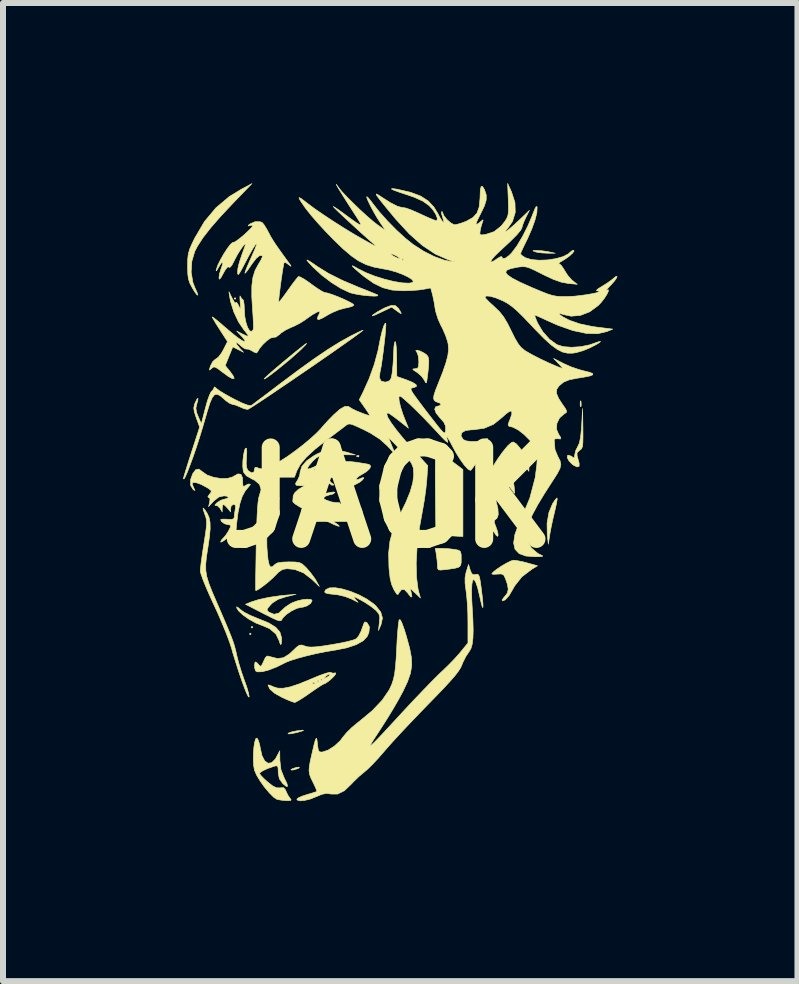
<source format=kicad_pcb>
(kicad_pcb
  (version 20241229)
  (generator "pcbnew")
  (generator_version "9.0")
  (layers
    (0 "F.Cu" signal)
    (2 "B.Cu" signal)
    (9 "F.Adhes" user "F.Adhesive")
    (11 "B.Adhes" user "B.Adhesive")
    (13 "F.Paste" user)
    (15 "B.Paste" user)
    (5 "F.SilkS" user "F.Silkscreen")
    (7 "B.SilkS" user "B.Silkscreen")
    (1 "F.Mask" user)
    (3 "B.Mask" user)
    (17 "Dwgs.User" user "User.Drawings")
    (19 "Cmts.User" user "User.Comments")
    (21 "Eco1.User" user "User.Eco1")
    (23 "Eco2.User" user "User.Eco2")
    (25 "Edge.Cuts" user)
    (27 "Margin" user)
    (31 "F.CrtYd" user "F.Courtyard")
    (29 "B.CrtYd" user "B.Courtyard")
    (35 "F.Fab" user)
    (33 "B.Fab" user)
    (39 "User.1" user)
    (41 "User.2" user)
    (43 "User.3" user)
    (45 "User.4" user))
  (footprint "JACK"
    (layer "F.Cu")
    (at 3.419 5.238)
    (property "Reference" "JACK" (at 0 0 0) (layer "F.SilkS") (effects (font (size 1.524 1.524) (thickness 0.3))))
    (attr through_hole)
    (fp_poly (pts (xy -2.54 -3.316) (xy -2.554 -3.302) (xy -2.568 -3.316) (xy -2.554 -3.33) (xy -2.54 -3.316)) (stroke (width 0.01) (type solid)) (fill yes) (layer "F.SilkS"))
    (fp_poly (pts (xy -2.286 2.272) (xy -2.3 2.286) (xy -2.314 2.272) (xy -2.3 2.258) (xy -2.286 2.272)) (stroke (width 0.01) (type solid)) (fill yes) (layer "F.SilkS"))
    (fp_poly (pts (xy -2.258 2.159) (xy -2.272 2.173) (xy -2.286 2.159) (xy -2.272 2.145) (xy -2.258 2.159)) (stroke (width 0.01) (type solid)) (fill yes) (layer "F.SilkS"))
    (fp_poly (pts (xy -0.489 -0.696) (xy -0.493 -0.679) (xy -0.508 -0.677) (xy -0.531 -0.688) (xy -0.527 -0.696) (xy -0.493 -0.7) (xy -0.489 -0.696)) (stroke (width 0.01) (type solid)) (fill yes) (layer "F.SilkS"))
    (fp_poly (pts (xy -1.48 4.499) (xy -1.51 4.516) (xy -1.576 4.536) (xy -1.609 4.54) (xy -1.624 4.533) (xy -1.595 4.516) (xy -1.529 4.495) (xy -1.496 4.491) (xy -1.48 4.499)) (stroke (width 0.01) (type solid)) (fill yes) (layer "F.SilkS"))
    (fp_poly (pts (xy 3.207 -1.606) (xy 3.209 -1.601) (xy 3.213 -1.54) (xy 3.208 -1.516) (xy 3.198 -1.515) (xy 3.195 -1.56) (xy 3.195 -1.566) (xy 3.199 -1.61) (xy 3.207 -1.606)) (stroke (width 0.01) (type solid)) (fill yes) (layer "F.SilkS"))
    (fp_poly (pts (xy -1.413 3.879) (xy -1.439 3.89) (xy -1.518 3.913) (xy -1.593 3.929) (xy -1.648 3.937) (xy -1.672 3.934) (xy -1.662 3.923) (xy -1.607 3.903) (xy -1.523 3.886) (xy -1.493 3.882) (xy -1.426 3.875) (xy -1.413 3.879)) (stroke (width 0.01) (type solid)) (fill yes) (layer "F.SilkS"))
    (fp_poly (pts (xy 2.555 -4.111) (xy 2.653 -4.097) (xy 2.667 -4.094) (xy 2.78 -4.07) (xy 2.653 -4.07) (xy 2.557 -4.075) (xy 2.473 -4.087) (xy 2.455 -4.092) (xy 2.41 -4.108) (xy 2.415 -4.114) (xy 2.469 -4.116) (xy 2.555 -4.111)) (stroke (width 0.01) (type solid)) (fill yes) (layer "F.SilkS"))
    (fp_poly (pts (xy 0.115 -3.198) (xy 0.167 -3.153) (xy 0.201 -3.097) (xy 0.215 -3.066) (xy 0.2 -3.068) (xy 0.15 -3.103) (xy 0.143 -3.108) (xy 0.055 -3.172) (xy -0.135 -3.081) (xy -0.223 -3.04) (xy -0.267 -3.026) (xy -0.263 -3.037) (xy -0.254 -3.045) (xy -0.186 -3.091) (xy -0.094 -3.142) (xy -0.05 -3.164) (xy 0.047 -3.2) (xy 0.115 -3.198)) (stroke (width 0.01) (type solid)) (fill yes) (layer "F.SilkS"))
    (fp_poly (pts (xy 2.811 0.039) (xy 2.798 0.111) (xy 2.776 0.21) (xy 2.768 0.243) (xy 2.737 0.374) (xy 2.709 0.508) (xy 2.689 0.616) (xy 2.689 0.621) (xy 2.665 0.776) (xy 2.647 0.619) (xy 2.644 0.428) (xy 2.675 0.249) (xy 2.737 0.1) (xy 2.741 0.094) (xy 2.78 0.036) (xy 2.808 0.008) (xy 2.812 0.008) (xy 2.811 0.039)) (stroke (width 0.01) (type solid)) (fill yes) (layer "F.SilkS"))
    (fp_poly (pts (xy 0.81 -0.778) (xy 0.847 -0.756) (xy 0.916 -0.708) (xy 1.005 -0.644) (xy 1.043 -0.616) (xy 1.242 -0.467) (xy 1.242 0.649) (xy 1.15 0.644) (xy 1.063 0.639) (xy 0.957 0.631) (xy 0.925 0.628) (xy 0.792 0.618) (xy 0.784 -0.087) (xy 0.782 -0.314) (xy 0.782 -0.491) (xy 0.784 -0.62) (xy 0.789 -0.708) (xy 0.796 -0.759) (xy 0.806 -0.778) (xy 0.81 -0.778)) (stroke (width 0.01) (type solid)) (fill yes) (layer "F.SilkS"))
    (fp_poly (pts (xy -1.389 -2.533) (xy -1.447 -2.475) (xy -1.479 -2.444) (xy -1.554 -2.377) (xy -1.643 -2.299) (xy -1.74 -2.219) (xy -1.837 -2.14) (xy -1.926 -2.071) (xy -1.999 -2.016) (xy -2.049 -1.982) (xy -2.069 -1.975) (xy -2.062 -1.985) (xy -2.027 -2.02) (xy -1.958 -2.082) (xy -1.865 -2.162) (xy -1.757 -2.253) (xy -1.645 -2.346) (xy -1.539 -2.433) (xy -1.448 -2.505) (xy -1.383 -2.555) (xy -1.369 -2.565) (xy -1.361 -2.565) (xy -1.389 -2.533)) (stroke (width 0.01) (type solid)) (fill yes) (layer "F.SilkS"))
    (fp_poly (pts (xy 0.892 0.847) (xy 0.999 0.852) (xy 1.105 0.864) (xy 1.108 0.865) (xy 1.171 0.878) (xy 1.202 0.901) (xy 1.213 0.95) (xy 1.214 1.019) (xy 1.213 1.088) (xy 1.203 1.132) (xy 1.174 1.159) (xy 1.115 1.177) (xy 1.015 1.192) (xy 0.953 1.2) (xy 0.872 1.208) (xy 0.833 1.203) (xy 0.819 1.175) (xy 0.818 1.138) (xy 0.813 1.054) (xy 0.801 0.959) (xy 0.8 0.953) (xy 0.783 0.847) (xy 0.892 0.847)) (stroke (width 0.01) (type solid)) (fill yes) (layer "F.SilkS"))
    (fp_poly (pts (xy -2.496 1.838) (xy -2.464 1.867) (xy -2.4 1.912) (xy -2.3 1.963) (xy -2.185 2.011) (xy -2.159 2.021) (xy -1.991 2.09) (xy -1.875 2.162) (xy -1.806 2.242) (xy -1.779 2.335) (xy -1.778 2.354) (xy -1.782 2.43) (xy -1.792 2.452) (xy -1.809 2.418) (xy -1.817 2.389) (xy -1.874 2.272) (xy -1.979 2.183) (xy -2.098 2.133) (xy -2.205 2.091) (xy -2.317 2.03) (xy -2.418 1.959) (xy -2.493 1.89) (xy -2.524 1.843) (xy -2.526 1.82) (xy -2.496 1.838)) (stroke (width 0.01) (type solid)) (fill yes) (layer "F.SilkS"))
    (fp_poly (pts (xy -1.343 -3.955) (xy -1.288 -3.921) (xy -1.189 -3.853) (xy -1.185 -3.85) (xy -1 -3.735) (xy -0.767 -3.618) (xy -0.493 -3.502) (xy -0.441 -3.482) (xy -0.33 -3.438) (xy -0.241 -3.402) (xy -0.185 -3.378) (xy -0.173 -3.371) (xy -0.181 -3.359) (xy -0.233 -3.355) (xy -0.313 -3.359) (xy -0.409 -3.368) (xy -0.507 -3.382) (xy -0.594 -3.4) (xy -0.643 -3.414) (xy -0.788 -3.482) (xy -0.95 -3.583) (xy -1.111 -3.706) (xy -1.256 -3.839) (xy -1.27 -3.854) (xy -1.332 -3.921) (xy -1.357 -3.955) (xy -1.343 -3.955)) (stroke (width 0.01) (type solid)) (fill yes) (layer "F.SilkS"))
    (fp_poly (pts (xy 0.533 -2.439) (xy 0.595 -2.407) (xy 0.637 -2.378) (xy 0.662 -2.344) (xy 0.673 -2.291) (xy 0.672 -2.21) (xy 0.66 -2.089) (xy 0.653 -2.033) (xy 0.642 -1.947) (xy 0.633 -1.91) (xy 0.62 -1.916) (xy 0.6 -1.955) (xy 0.552 -2.022) (xy 0.481 -2.083) (xy 0.473 -2.088) (xy 0.418 -2.124) (xy 0.408 -2.141) (xy 0.44 -2.145) (xy 0.445 -2.145) (xy 0.485 -2.152) (xy 0.503 -2.182) (xy 0.508 -2.252) (xy 0.508 -2.266) (xy 0.501 -2.349) (xy 0.482 -2.41) (xy 0.474 -2.421) (xy 0.457 -2.45) (xy 0.481 -2.455) (xy 0.533 -2.439)) (stroke (width 0.01) (type solid)) (fill yes) (layer "F.SilkS"))
    (fp_poly (pts (xy -2.583 -4.908) (xy -2.792 -4.686) (xy -2.959 -4.494) (xy -3.088 -4.329) (xy -3.181 -4.185) (xy -3.225 -4.099) (xy -3.274 -3.934) (xy -3.285 -3.754) (xy -3.256 -3.583) (xy -3.223 -3.498) (xy -3.184 -3.411) (xy -3.174 -3.371) (xy -3.19 -3.379) (xy -3.231 -3.435) (xy -3.264 -3.49) (xy -3.306 -3.569) (xy -3.33 -3.64) (xy -3.341 -3.726) (xy -3.344 -3.847) (xy -3.344 -3.855) (xy -3.342 -3.968) (xy -3.333 -4.054) (xy -3.311 -4.135) (xy -3.27 -4.229) (xy -3.226 -4.32) (xy -3.064 -4.596) (xy -2.873 -4.825) (xy -2.649 -5.014) (xy -2.443 -5.139) (xy -2.272 -5.23) (xy -2.583 -4.908)) (stroke (width 0.01) (type solid)) (fill yes) (layer "F.SilkS"))
    (fp_poly (pts (xy 2.151 1.052) (xy 2.245 1.071) (xy 2.32 1.091) (xy 2.485 1.137) (xy 2.393 1.192) (xy 2.223 1.321) (xy 2.102 1.475) (xy 2.083 1.51) (xy 2.011 1.633) (xy 1.947 1.704) (xy 1.902 1.722) (xy 1.895 1.705) (xy 1.925 1.663) (xy 1.938 1.649) (xy 1.982 1.592) (xy 1.997 1.528) (xy 1.983 1.443) (xy 1.949 1.345) (xy 1.921 1.29) (xy 1.879 1.272) (xy 1.82 1.275) (xy 1.755 1.279) (xy 1.724 1.273) (xy 1.723 1.271) (xy 1.748 1.24) (xy 1.808 1.193) (xy 1.887 1.14) (xy 1.971 1.091) (xy 2.043 1.056) (xy 2.086 1.044) (xy 2.151 1.052)) (stroke (width 0.01) (type solid)) (fill yes) (layer "F.SilkS"))
    (fp_poly (pts (xy 3.241 -1.151) (xy 3.242 -1.009) (xy 3.24 -0.913) (xy 3.234 -0.853) (xy 3.221 -0.818) (xy 3.201 -0.797) (xy 3.187 -0.789) (xy 3.143 -0.745) (xy 3.144 -0.696) (xy 3.166 -0.616) (xy 3.178 -0.572) (xy 3.178 -0.521) (xy 3.144 -0.51) (xy 3.084 -0.539) (xy 3.059 -0.558) (xy 3.008 -0.612) (xy 2.981 -0.664) (xy 2.983 -0.699) (xy 3.001 -0.706) (xy 3.051 -0.687) (xy 3.071 -0.672) (xy 3.096 -0.658) (xy 3.104 -0.692) (xy 3.104 -0.708) (xy 3.121 -0.783) (xy 3.154 -0.847) (xy 3.182 -0.907) (xy 3.202 -1.003) (xy 3.216 -1.143) (xy 3.22 -1.199) (xy 3.236 -1.482) (xy 3.241 -1.151)) (stroke (width 0.01) (type solid)) (fill yes) (layer "F.SilkS"))
    (fp_poly (pts (xy -0.766 1.523) (xy -0.631 1.563) (xy -0.492 1.62) (xy -0.361 1.69) (xy -0.248 1.769) (xy -0.208 1.805) (xy -0.127 1.907) (xy -0.098 2.007) (xy -0.121 2.114) (xy -0.125 2.123) (xy -0.165 2.215) (xy -0.149 2.082) (xy -0.143 1.996) (xy -0.157 1.941) (xy -0.197 1.89) (xy -0.218 1.87) (xy -0.291 1.812) (xy -0.388 1.748) (xy -0.454 1.71) (xy -0.534 1.668) (xy -0.572 1.653) (xy -0.573 1.664) (xy -0.555 1.686) (xy -0.504 1.745) (xy -0.62 1.687) (xy -0.726 1.647) (xy -0.843 1.62) (xy -0.869 1.617) (xy -0.979 1.605) (xy -1.04 1.592) (xy -1.061 1.574) (xy -1.051 1.548) (xy -1.041 1.534) (xy -0.982 1.505) (xy -0.887 1.502) (xy -0.766 1.523)) (stroke (width 0.01) (type solid)) (fill yes) (layer "F.SilkS"))
    (fp_poly (pts (xy -1.707 1.653) (xy -1.838 1.696) (xy -1.931 1.756) (xy -1.958 1.783) (xy -2.007 1.84) (xy -2.021 1.873) (xy -2.003 1.898) (xy -1.988 1.91) (xy -1.903 1.945) (xy -1.823 1.924) (xy -1.775 1.879) (xy -1.716 1.825) (xy -1.632 1.769) (xy -1.6 1.752) (xy -1.516 1.721) (xy -1.425 1.7) (xy -1.344 1.693) (xy -1.287 1.699) (xy -1.27 1.717) (xy -1.294 1.763) (xy -1.353 1.804) (xy -1.426 1.827) (xy -1.447 1.828) (xy -1.522 1.845) (xy -1.613 1.889) (xy -1.699 1.947) (xy -1.759 2.006) (xy -1.772 2.03) (xy -1.785 2.049) (xy -1.809 2.054) (xy -1.854 2.042) (xy -1.928 2.009) (xy -2.039 1.953) (xy -2.085 1.93) (xy -2.379 1.778) (xy -2.283 1.739) (xy -2.157 1.699) (xy -1.992 1.663) (xy -1.804 1.636) (xy -1.707 1.626) (xy -1.538 1.612) (xy -1.707 1.653)) (stroke (width 0.01) (type solid)) (fill yes) (layer "F.SilkS"))
    (fp_poly (pts (xy -0.355 2.086) (xy -0.352 2.089) (xy -0.314 2.155) (xy -0.324 2.247) (xy -0.351 2.312) (xy -0.418 2.385) (xy -0.534 2.45) (xy -0.692 2.503) (xy -0.884 2.541) (xy -0.892 2.542) (xy -1.04 2.567) (xy -1.201 2.599) (xy -1.362 2.637) (xy -1.51 2.677) (xy -1.631 2.715) (xy -1.711 2.747) (xy -1.714 2.749) (xy -1.857 2.82) (xy -1.989 2.872) (xy -2.099 2.901) (xy -2.178 2.904) (xy -2.208 2.891) (xy -2.224 2.852) (xy -2.229 2.796) (xy -2.223 2.75) (xy -2.212 2.738) (xy -2.182 2.758) (xy -2.158 2.786) (xy -2.133 2.811) (xy -2.112 2.799) (xy -2.084 2.743) (xy -2.079 2.73) (xy -2.047 2.664) (xy -2.018 2.64) (xy -1.974 2.648) (xy -1.961 2.653) (xy -1.846 2.682) (xy -1.747 2.668) (xy -1.65 2.607) (xy -1.599 2.56) (xy -1.53 2.494) (xy -1.484 2.461) (xy -1.444 2.456) (xy -1.395 2.472) (xy -1.393 2.473) (xy -1.347 2.487) (xy -1.289 2.491) (xy -1.207 2.487) (xy -1.09 2.473) (xy -0.943 2.45) (xy -0.802 2.425) (xy -0.679 2.399) (xy -0.586 2.374) (xy -0.535 2.353) (xy -0.532 2.351) (xy -0.493 2.304) (xy -0.455 2.229) (xy -0.413 2.112) (xy -0.412 2.106) (xy -0.39 2.071) (xy -0.355 2.086)) (stroke (width 0.01) (type solid)) (fill yes) (layer "F.SilkS"))
    (fp_poly (pts (xy -2.187 4.008) (xy -2.163 4.051) (xy -2.141 4.129) (xy -2.134 4.171) (xy -2.105 4.3) (xy -2.06 4.386) (xy -2.004 4.426) (xy -1.944 4.417) (xy -1.883 4.357) (xy -1.865 4.325) (xy -1.809 4.219) (xy -1.807 4.377) (xy -1.789 4.533) (xy -1.735 4.67) (xy -1.69 4.762) (xy -1.678 4.81) (xy -1.699 4.813) (xy -1.751 4.771) (xy -1.762 4.76) (xy -1.816 4.684) (xy -1.834 4.589) (xy -1.834 4.571) (xy -1.837 4.499) (xy -1.851 4.47) (xy -1.885 4.471) (xy -1.898 4.475) (xy -2.009 4.513) (xy -2.093 4.552) (xy -2.14 4.585) (xy -2.145 4.597) (xy -2.125 4.628) (xy -2.073 4.682) (xy -2.012 4.737) (xy -1.928 4.803) (xy -1.866 4.834) (xy -1.811 4.837) (xy -1.804 4.835) (xy -1.744 4.833) (xy -1.714 4.868) (xy -1.707 4.887) (xy -1.672 4.961) (xy -1.643 5.002) (xy -1.619 5.035) (xy -1.633 5.048) (xy -1.694 5.049) (xy -1.696 5.049) (xy -1.783 5.041) (xy -1.854 5.028) (xy -1.91 4.992) (xy -1.982 4.92) (xy -2.061 4.826) (xy -2.135 4.723) (xy -2.195 4.623) (xy -2.23 4.542) (xy -2.23 4.541) (xy -2.244 4.461) (xy -2.249 4.361) (xy -2.247 4.254) (xy -2.239 4.152) (xy -2.225 4.069) (xy -2.208 4.016) (xy -2.187 4.007) (xy -2.187 4.008)) (stroke (width 0.01) (type solid)) (fill yes) (layer "F.SilkS"))
    (fp_poly (pts (xy -3.063 0.195) (xy -3.019 0.261) (xy -2.987 0.331) (xy -2.97 0.414) (xy -2.968 0.521) (xy -2.981 0.662) (xy -3.006 0.833) (xy -3.03 0.987) (xy -3.042 1.109) (xy -3.041 1.214) (xy -3.025 1.315) (xy -2.991 1.427) (xy -2.937 1.565) (xy -2.876 1.707) (xy -2.784 1.919) (xy -2.712 2.087) (xy -2.657 2.218) (xy -2.616 2.32) (xy -2.586 2.401) (xy -2.564 2.469) (xy -2.547 2.532) (xy -2.532 2.596) (xy -2.526 2.625) (xy -2.494 2.751) (xy -2.449 2.899) (xy -2.401 3.038) (xy -2.397 3.048) (xy -2.358 3.157) (xy -2.331 3.25) (xy -2.319 3.312) (xy -2.319 3.323) (xy -2.331 3.318) (xy -2.357 3.268) (xy -2.393 3.181) (xy -2.436 3.065) (xy -2.437 3.062) (xy -2.49 2.907) (xy -2.543 2.741) (xy -2.59 2.589) (xy -2.611 2.512) (xy -2.646 2.406) (xy -2.699 2.264) (xy -2.767 2.099) (xy -2.842 1.924) (xy -2.905 1.788) (xy -2.977 1.631) (xy -3.04 1.486) (xy -3.089 1.364) (xy -3.121 1.273) (xy -3.133 1.224) (xy -3.128 1.166) (xy -3.116 1.066) (xy -3.098 0.937) (xy -3.076 0.792) (xy -3.072 0.769) (xy -3.048 0.616) (xy -3.033 0.506) (xy -3.027 0.429) (xy -3.03 0.372) (xy -3.041 0.323) (xy -3.056 0.282) (xy -3.083 0.203) (xy -3.086 0.174) (xy -3.063 0.195)) (stroke (width 0.01) (type solid)) (fill yes) (layer "F.SilkS"))
    (fp_poly (pts (xy -0.956 2.914) (xy -0.92 2.928) (xy -0.906 2.923) (xy -0.878 2.921) (xy -0.875 2.931) (xy -0.895 2.965) (xy -0.944 3.015) (xy -1.002 3.064) (xy -1.053 3.098) (xy -1.072 3.104) (xy -1.103 3.12) (xy -1.169 3.162) (xy -1.258 3.222) (xy -1.311 3.26) (xy -1.409 3.327) (xy -1.491 3.379) (xy -1.547 3.409) (xy -1.561 3.413) (xy -1.602 3.401) (xy -1.678 3.371) (xy -1.769 3.33) (xy -1.892 3.262) (xy -1.972 3.193) (xy -2.004 3.128) (xy -2.004 3.123) (xy -1.982 3.124) (xy -1.928 3.146) (xy -1.92 3.151) (xy -1.843 3.175) (xy -1.751 3.177) (xy -1.635 3.154) (xy -1.487 3.105) (xy -1.439 3.086) (xy -1.261 3.086) (xy -1.257 3.102) (xy -1.242 3.104) (xy -1.219 3.094) (xy -1.223 3.086) (xy -1.256 3.082) (xy -1.261 3.086) (xy -1.439 3.086) (xy -1.381 3.062) (xy -1.185 3.062) (xy -1.171 3.076) (xy -1.157 3.062) (xy -1.171 3.048) (xy -1.185 3.062) (xy -1.381 3.062) (xy -1.312 3.034) (xy -1.129 3.034) (xy -1.115 3.048) (xy -1.101 3.034) (xy -1.115 3.02) (xy -1.129 3.034) (xy -1.312 3.034) (xy -1.299 3.029) (xy -1.282 3.021) (xy -1.256 3.01) (xy -1.069 3.01) (xy -1.058 3.011) (xy -1.021 2.993) (xy -0.978 2.962) (xy -0.972 2.942) (xy -1.002 2.946) (xy -1.038 2.975) (xy -1.069 3.01) (xy -1.256 3.01) (xy -1.148 2.965) (xy -1.043 2.928) (xy -0.977 2.911) (xy -0.956 2.914)) (stroke (width 0.01) (type solid)) (fill yes) (layer "F.SilkS"))
    (fp_poly (pts (xy 2.131 -0.895) (xy 2.191 -0.827) (xy 2.252 -0.738) (xy 2.304 -0.645) (xy 2.336 -0.562) (xy 2.342 -0.524) (xy 2.341 -0.437) (xy 2.283 -0.515) (xy 2.209 -0.579) (xy 2.144 -0.593) (xy 2.081 -0.586) (xy 2.049 -0.558) (xy 2.044 -0.497) (xy 2.058 -0.405) (xy 2.078 -0.294) (xy 2.095 -0.185) (xy 2.098 -0.155) (xy 2.105 -0.088) (xy 2.1 -0.07) (xy 2.081 -0.095) (xy 2.079 -0.097) (xy 2.026 -0.17) (xy 1.964 -0.235) (xy 1.91 -0.275) (xy 1.888 -0.282) (xy 1.874 -0.257) (xy 1.868 -0.192) (xy 1.87 -0.104) (xy 1.881 -0.008) (xy 1.898 0.079) (xy 1.903 0.099) (xy 1.906 0.115) (xy 1.89 0.089) (xy 1.863 0.033) (xy 1.829 -0.044) (xy 1.806 -0.099) (xy 1.778 -0.151) (xy 1.762 -0.156) (xy 1.758 -0.121) (xy 1.768 -0.052) (xy 1.79 0.039) (xy 1.825 0.184) (xy 1.831 0.285) (xy 1.809 0.345) (xy 1.791 0.36) (xy 1.766 0.381) (xy 1.765 0.416) (xy 1.789 0.481) (xy 1.793 0.491) (xy 1.821 0.573) (xy 1.829 0.627) (xy 1.819 0.647) (xy 1.792 0.624) (xy 1.772 0.592) (xy 1.718 0.525) (xy 1.653 0.481) (xy 1.652 0.48) (xy 1.622 0.468) (xy 1.601 0.452) (xy 1.589 0.424) (xy 1.585 0.375) (xy 1.589 0.297) (xy 1.6 0.18) (xy 1.618 0.018) (xy 1.621 -0.004) (xy 1.643 -0.181) (xy 1.669 -0.318) (xy 1.704 -0.431) (xy 1.754 -0.536) (xy 1.826 -0.649) (xy 1.903 -0.757) (xy 1.987 -0.86) (xy 2.049 -0.916) (xy 2.082 -0.926) (xy 2.131 -0.895)) (stroke (width 0.01) (type solid)) (fill yes) (layer "F.SilkS"))
    (fp_poly (pts (xy -0.423 -2.785) (xy -0.458 -2.757) (xy -0.533 -2.702) (xy -0.641 -2.624) (xy -0.776 -2.529) (xy -0.932 -2.419) (xy -1.104 -2.3) (xy -1.285 -2.175) (xy -1.469 -2.049) (xy -1.65 -1.925) (xy -1.823 -1.808) (xy -1.981 -1.701) (xy -2.117 -1.61) (xy -2.227 -1.538) (xy -2.304 -1.489) (xy -2.341 -1.468) (xy -2.344 -1.468) (xy -2.403 -1.48) (xy -2.473 -1.51) (xy -2.544 -1.54) (xy -2.599 -1.552) (xy -2.646 -1.571) (xy -2.711 -1.617) (xy -2.735 -1.639) (xy -2.8 -1.695) (xy -2.851 -1.721) (xy -2.894 -1.713) (xy -2.933 -1.666) (xy -2.972 -1.576) (xy -3.016 -1.437) (xy -3.048 -1.326) (xy -3.095 -1.165) (xy -3.146 -0.998) (xy -3.199 -0.834) (xy -3.252 -0.68) (xy -3.302 -0.544) (xy -3.345 -0.431) (xy -3.38 -0.351) (xy -3.404 -0.309) (xy -3.414 -0.314) (xy -3.414 -0.316) (xy -3.406 -0.348) (xy -3.383 -0.424) (xy -3.349 -0.535) (xy -3.306 -0.67) (xy -3.279 -0.754) (xy -3.143 -1.173) (xy -3.2 -1.33) (xy -3.231 -1.425) (xy -3.241 -1.489) (xy -3.231 -1.545) (xy -3.219 -1.577) (xy -3.187 -1.641) (xy -3.171 -1.653) (xy -3.174 -1.615) (xy -3.191 -1.559) (xy -3.206 -1.49) (xy -3.195 -1.418) (xy -3.168 -1.35) (xy -3.115 -1.229) (xy -3.047 -1.492) (xy -3.015 -1.607) (xy -2.982 -1.7) (xy -2.955 -1.758) (xy -2.943 -1.77) (xy -2.91 -1.807) (xy -2.907 -1.823) (xy -2.897 -1.843) (xy -2.863 -1.818) (xy -2.856 -1.811) (xy -2.809 -1.776) (xy -2.725 -1.725) (xy -2.619 -1.666) (xy -2.56 -1.635) (xy -2.433 -1.573) (xy -2.346 -1.54) (xy -2.293 -1.532) (xy -2.276 -1.538) (xy -2.242 -1.563) (xy -2.171 -1.617) (xy -2.069 -1.693) (xy -1.945 -1.787) (xy -1.806 -1.893) (xy -1.774 -1.917) (xy -1.482 -2.135) (xy -1.227 -2.318) (xy -1.004 -2.469) (xy -0.808 -2.591) (xy -0.634 -2.687) (xy -0.607 -2.701) (xy -0.517 -2.746) (xy -0.452 -2.776) (xy -0.423 -2.787) (xy -0.423 -2.785)) (stroke (width 0.01) (type solid)) (fill yes) (layer "F.SilkS"))
    (fp_poly (pts (xy -3.097 -0.43) (xy -3.093 -0.426) (xy -3.017 -0.374) (xy -2.91 -0.337) (xy -2.79 -0.317) (xy -2.678 -0.319) (xy -2.592 -0.344) (xy -2.581 -0.352) (xy -2.505 -0.394) (xy -2.455 -0.387) (xy -2.43 -0.328) (xy -2.427 -0.277) (xy -2.424 -0.205) (xy -2.411 -0.181) (xy -2.393 -0.192) (xy -2.342 -0.222) (xy -2.321 -0.226) (xy -2.298 -0.219) (xy -2.318 -0.19) (xy -2.324 -0.184) (xy -2.385 -0.109) (xy -2.435 -0.017) (xy -2.473 0.1) (xy -2.504 0.25) (xy -2.528 0.441) (xy -2.547 0.679) (xy -2.548 0.706) (xy -2.556 0.833) (xy -2.569 0.712) (xy -2.582 0.591) (xy -2.688 0.679) (xy -2.749 0.724) (xy -2.787 0.743) (xy -2.794 0.739) (xy -2.775 0.701) (xy -2.75 0.676) (xy -2.71 0.63) (xy -2.667 0.564) (xy -2.634 0.5) (xy -2.625 0.467) (xy -2.648 0.454) (xy -2.675 0.452) (xy -2.732 0.435) (xy -2.78 0.398) (xy -2.794 0.368) (xy -2.769 0.36) (xy -2.707 0.36) (xy -2.681 0.362) (xy -2.605 0.364) (xy -2.572 0.348) (xy -2.568 0.331) (xy -2.563 0.274) (xy -2.551 0.201) (xy -2.544 0.139) (xy -2.563 0.115) (xy -2.579 0.113) (xy -2.617 0.137) (xy -2.626 0.176) (xy -2.627 0.24) (xy -2.68 0.176) (xy -2.723 0.131) (xy -2.749 0.113) (xy -2.763 0.137) (xy -2.767 0.176) (xy -2.768 0.24) (xy -2.802 0.181) (xy -2.844 0.139) (xy -2.879 0.133) (xy -2.89 0.126) (xy -2.862 0.093) (xy -2.854 0.086) (xy -2.791 0.045) (xy -2.736 0.028) (xy -2.683 0.015) (xy -2.667 0) (xy -2.678 -0.02) (xy -2.734 -0.028) (xy -2.739 -0.028) (xy -2.824 -0.009) (xy -2.906 0.056) (xy -2.911 0.061) (xy -2.995 0.151) (xy -2.976 0.075) (xy -2.971 0.016) (xy -2.993 0) (xy -3.007 -0.015) (xy -2.979 -0.055) (xy -2.95 -0.092) (xy -2.955 -0.119) (xy -2.999 -0.153) (xy -3.024 -0.168) (xy -3.117 -0.218) (xy -3.198 -0.247) (xy -3.253 -0.251) (xy -3.263 -0.246) (xy -3.263 -0.213) (xy -3.243 -0.165) (xy -3.222 -0.12) (xy -3.231 -0.119) (xy -3.255 -0.138) (xy -3.295 -0.205) (xy -3.294 -0.3) (xy -3.259 -0.397) (xy -3.21 -0.463) (xy -3.157 -0.474) (xy -3.097 -0.43)) (stroke (width 0.01) (type solid)) (fill yes) (layer "F.SilkS"))
    (fp_poly (pts (xy -0.686 -0.754) (xy -0.677 -0.751) (xy -0.55 -0.711) (xy -0.72 -0.713) (xy -0.886 -0.714) (xy -1.007 -0.712) (xy -1.092 -0.704) (xy -1.153 -0.688) (xy -1.2 -0.661) (xy -1.243 -0.622) (xy -1.26 -0.605) (xy -1.327 -0.527) (xy -1.349 -0.484) (xy -1.327 -0.475) (xy -1.259 -0.5) (xy -1.214 -0.522) (xy -1.134 -0.561) (xy -1.073 -0.586) (xy -1.052 -0.591) (xy -1.06 -0.579) (xy -1.107 -0.55) (xy -1.136 -0.534) (xy -1.201 -0.496) (xy -1.237 -0.466) (xy -1.239 -0.453) (xy -1.201 -0.463) (xy -1.192 -0.466) (xy -1.142 -0.484) (xy -1.056 -0.512) (xy -0.949 -0.545) (xy -0.931 -0.55) (xy -0.809 -0.584) (xy -0.715 -0.599) (xy -0.623 -0.598) (xy -0.536 -0.588) (xy -0.436 -0.572) (xy -0.357 -0.559) (xy -0.318 -0.55) (xy -0.293 -0.522) (xy -0.313 -0.479) (xy -0.369 -0.428) (xy -0.427 -0.393) (xy -0.494 -0.353) (xy -0.532 -0.318) (xy -0.536 -0.309) (xy -0.516 -0.296) (xy -0.477 -0.312) (xy -0.422 -0.334) (xy -0.407 -0.325) (xy -0.434 -0.291) (xy -0.478 -0.255) (xy -0.567 -0.208) (xy -0.663 -0.178) (xy -0.665 -0.178) (xy -0.766 -0.161) (xy -0.708 -0.257) (xy -0.663 -0.349) (xy -0.652 -0.415) (xy -0.675 -0.449) (xy -0.691 -0.452) (xy -0.725 -0.427) (xy -0.734 -0.38) (xy -0.755 -0.313) (xy -0.807 -0.286) (xy -0.877 -0.305) (xy -0.878 -0.306) (xy -0.933 -0.333) (xy -0.959 -0.339) (xy -0.986 -0.321) (xy -0.982 -0.282) (xy -0.952 -0.247) (xy -0.941 -0.242) (xy -0.911 -0.219) (xy -0.913 -0.206) (xy -0.945 -0.207) (xy -0.988 -0.241) (xy -1.026 -0.291) (xy -1.044 -0.341) (xy -1.044 -0.343) (xy -1.057 -0.385) (xy -1.097 -0.389) (xy -1.172 -0.355) (xy -1.203 -0.336) (xy -1.27 -0.289) (xy -1.294 -0.246) (xy -1.279 -0.187) (xy -1.255 -0.14) (xy -1.217 -0.086) (xy -1.166 -0.061) (xy -1.088 -0.062) (xy -0.981 -0.082) (xy -0.915 -0.093) (xy -0.89 -0.086) (xy -0.891 -0.082) (xy -0.926 -0.057) (xy -0.931 -0.056) (xy -0.973 -0.047) (xy -1.034 -0.027) (xy -1.111 0.003) (xy -1.032 0.044) (xy -0.944 0.074) (xy -0.866 0.085) (xy -0.809 0.087) (xy -0.802 0.099) (xy -0.834 0.126) (xy -0.901 0.159) (xy -0.989 0.165) (xy -1.11 0.146) (xy -1.178 0.129) (xy -1.26 0.111) (xy -1.313 0.106) (xy -1.326 0.112) (xy -1.304 0.136) (xy -1.244 0.182) (xy -1.157 0.242) (xy -1.094 0.284) (xy -0.991 0.351) (xy -0.906 0.407) (xy -0.849 0.446) (xy -0.834 0.457) (xy -0.817 0.479) (xy -0.846 0.474) (xy -0.916 0.445) (xy -1.025 0.393) (xy -1.072 0.369) (xy -1.253 0.276) (xy -1.389 0.204) (xy -1.485 0.15) (xy -1.547 0.111) (xy -1.581 0.083) (xy -1.592 0.064) (xy -1.592 0.061) (xy -1.587 0.006) (xy -1.585 -0.029) (xy -1.559 -0.08) (xy -1.502 -0.133) (xy -1.489 -0.141) (xy -1.397 -0.197) (xy -1.475 -0.197) (xy -1.535 -0.205) (xy -1.547 -0.232) (xy -1.514 -0.288) (xy -1.509 -0.295) (xy -1.478 -0.364) (xy -1.468 -0.432) (xy -1.44 -0.52) (xy -1.362 -0.611) (xy -1.238 -0.698) (xy -1.164 -0.737) (xy -1.017 -0.787) (xy -0.863 -0.792) (xy -0.686 -0.754)) (stroke (width 0.01) (type solid)) (fill yes) (layer "F.SilkS"))
    (fp_poly (pts (xy 1.363 1.206) (xy 1.389 1.268) (xy 1.423 1.286) (xy 1.453 1.282) (xy 1.484 1.277) (xy 1.504 1.29) (xy 1.519 1.329) (xy 1.533 1.405) (xy 1.548 1.517) (xy 1.567 1.671) (xy 1.576 1.776) (xy 1.576 1.829) (xy 1.568 1.83) (xy 1.552 1.777) (xy 1.527 1.67) (xy 1.524 1.654) (xy 1.488 1.504) (xy 1.455 1.408) (xy 1.428 1.367) (xy 1.406 1.378) (xy 1.392 1.44) (xy 1.386 1.552) (xy 1.39 1.713) (xy 1.395 1.802) (xy 1.408 2.028) (xy 1.413 2.206) (xy 1.409 2.341) (xy 1.397 2.442) (xy 1.376 2.515) (xy 1.345 2.568) (xy 1.341 2.573) (xy 1.291 2.648) (xy 1.242 2.745) (xy 1.226 2.786) (xy 1.203 2.837) (xy 1.165 2.896) (xy 1.109 2.969) (xy 1.029 3.06) (xy 0.922 3.177) (xy 0.781 3.323) (xy 0.664 3.443) (xy 0.51 3.602) (xy 0.355 3.764) (xy 0.208 3.92) (xy 0.079 4.06) (xy -0.024 4.176) (xy -0.07 4.229) (xy -0.168 4.342) (xy -0.265 4.446) (xy -0.35 4.529) (xy -0.404 4.575) (xy -0.493 4.649) (xy -0.584 4.738) (xy -0.617 4.773) (xy -0.733 4.884) (xy -0.846 4.939) (xy -0.958 4.939) (xy -0.968 4.936) (xy -1.035 4.928) (xy -1.111 4.945) (xy -1.199 4.982) (xy -1.299 5.022) (xy -1.395 5.045) (xy -1.472 5.052) (xy -1.517 5.039) (xy -1.524 5.024) (xy -1.499 5.003) (xy -1.435 4.974) (xy -1.362 4.95) (xy -1.274 4.924) (xy -1.212 4.904) (xy -1.19 4.896) (xy -1.197 4.869) (xy -1.224 4.807) (xy -1.254 4.745) (xy -1.291 4.67) (xy -1.313 4.609) (xy -1.321 4.549) (xy -1.316 4.476) (xy -1.297 4.375) (xy -1.265 4.234) (xy -1.235 4.107) (xy -1.214 4.033) (xy -1.2 4.008) (xy -1.19 4.029) (xy -1.182 4.094) (xy -1.178 4.135) (xy -1.167 4.207) (xy -1.146 4.237) (xy -1.103 4.24) (xy -1.099 4.239) (xy -1.003 4.207) (xy -0.898 4.14) (xy -0.801 4.05) (xy -0.751 3.984) (xy -0.695 3.916) (xy -0.609 3.832) (xy -0.509 3.748) (xy -0.483 3.728) (xy -0.27 3.552) (xy -0.102 3.375) (xy 0.016 3.202) (xy 0.058 3.111) (xy 0.084 3.031) (xy 0.104 2.941) (xy 0.118 2.828) (xy 0.13 2.682) (xy 0.139 2.511) (xy 0.147 2.357) (xy 0.157 2.222) (xy 0.167 2.116) (xy 0.177 2.049) (xy 0.182 2.034) (xy 0.201 2.039) (xy 0.229 2.097) (xy 0.269 2.208) (xy 0.302 2.317) (xy 0.355 2.51) (xy 0.384 2.666) (xy 0.389 2.801) (xy 0.368 2.929) (xy 0.32 3.066) (xy 0.245 3.226) (xy 0.241 3.233) (xy 0.173 3.359) (xy 0.084 3.514) (xy -0.016 3.678) (xy -0.116 3.835) (xy -0.132 3.86) (xy -0.202 3.967) (xy -0.255 4.048) (xy -0.288 4.103) (xy -0.298 4.129) (xy -0.284 4.124) (xy -0.243 4.087) (xy -0.173 4.016) (xy -0.072 3.909) (xy 0.062 3.764) (xy 0.232 3.58) (xy 0.267 3.542) (xy 0.406 3.393) (xy 0.545 3.247) (xy 0.674 3.113) (xy 0.785 3) (xy 0.87 2.917) (xy 0.892 2.897) (xy 0.997 2.796) (xy 1.105 2.685) (xy 1.193 2.586) (xy 1.2 2.577) (xy 1.326 2.422) (xy 1.326 2.084) (xy 1.324 1.928) (xy 1.316 1.769) (xy 1.304 1.629) (xy 1.294 1.55) (xy 1.278 1.426) (xy 1.278 1.333) (xy 1.294 1.249) (xy 1.299 1.234) (xy 1.336 1.115) (xy 1.363 1.206)) (stroke (width 0.01) (type solid)) (fill yes) (layer "F.SilkS"))
    (fp_poly (pts (xy -2.135 -4.594) (xy -2.099 -4.579) (xy -2.07 -4.543) (xy -2.027 -4.474) (xy -1.996 -4.417) (xy -1.964 -4.355) (xy -1.925 -4.29) (xy -1.875 -4.213) (xy -1.806 -4.115) (xy -1.714 -3.987) (xy -1.626 -3.866) (xy -1.622 -3.852) (xy -1.653 -3.873) (xy -1.659 -3.878) (xy -1.707 -3.913) (xy -1.734 -3.92) (xy -1.743 -3.889) (xy -1.756 -3.816) (xy -1.772 -3.714) (xy -1.789 -3.598) (xy -1.804 -3.481) (xy -1.817 -3.376) (xy -1.825 -3.297) (xy -1.826 -3.258) (xy -1.826 -3.256) (xy -1.807 -3.273) (xy -1.763 -3.327) (xy -1.704 -3.408) (xy -1.67 -3.456) (xy -1.602 -3.551) (xy -1.544 -3.627) (xy -1.506 -3.674) (xy -1.497 -3.682) (xy -1.465 -3.673) (xy -1.4 -3.637) (xy -1.315 -3.579) (xy -1.285 -3.556) (xy -1.194 -3.491) (xy -1.117 -3.442) (xy -1.066 -3.416) (xy -1.059 -3.415) (xy -1.006 -3.405) (xy -0.925 -3.378) (xy -0.829 -3.341) (xy -0.732 -3.299) (xy -0.648 -3.258) (xy -0.59 -3.225) (xy -0.573 -3.206) (xy -0.605 -3.184) (xy -0.674 -3.164) (xy -0.719 -3.156) (xy -0.823 -3.128) (xy -0.938 -3.08) (xy -0.994 -3.05) (xy -1.097 -2.99) (xy -1.159 -2.964) (xy -1.183 -2.974) (xy -1.172 -3.019) (xy -1.156 -3.05) (xy -1.14 -3.092) (xy -1.144 -3.104) (xy -1.191 -3.088) (xy -1.268 -3.044) (xy -1.358 -2.981) (xy -1.383 -2.962) (xy -1.473 -2.904) (xy -1.58 -2.85) (xy -1.614 -2.837) (xy -1.707 -2.793) (xy -1.787 -2.741) (xy -1.809 -2.72) (xy -1.871 -2.674) (xy -1.92 -2.667) (xy -1.963 -2.656) (xy -2.024 -2.612) (xy -2.09 -2.55) (xy -2.146 -2.483) (xy -2.178 -2.427) (xy -2.198 -2.408) (xy -2.243 -2.426) (xy -2.267 -2.441) (xy -2.325 -2.47) (xy -2.361 -2.474) (xy -2.363 -2.473) (xy -2.392 -2.479) (xy -2.444 -2.515) (xy -2.46 -2.531) (xy -2.516 -2.577) (xy -2.538 -2.581) (xy -2.525 -2.549) (xy -2.477 -2.489) (xy -2.413 -2.42) (xy -2.591 -2.51) (xy -2.654 -2.355) (xy -2.717 -2.199) (xy -2.627 -2.087) (xy -2.578 -2.017) (xy -2.569 -1.981) (xy -2.599 -1.981) (xy -2.664 -2.016) (xy -2.76 -2.086) (xy -2.837 -2.145) (xy -2.885 -2.173) (xy -2.916 -2.173) (xy -2.945 -2.151) (xy -2.946 -2.15) (xy -2.976 -2.123) (xy -2.981 -2.133) (xy -2.964 -2.188) (xy -2.96 -2.198) (xy -2.924 -2.266) (xy -2.879 -2.306) (xy -2.873 -2.307) (xy -2.831 -2.339) (xy -2.78 -2.406) (xy -2.749 -2.46) (xy -2.679 -2.598) (xy -2.807 -2.796) (xy -2.866 -2.888) (xy -2.91 -2.962) (xy -2.933 -3.004) (xy -2.935 -3.009) (xy -2.916 -2.999) (xy -2.864 -2.959) (xy -2.788 -2.896) (xy -2.745 -2.858) (xy -2.605 -2.739) (xy -2.502 -2.658) (xy -2.43 -2.611) (xy -2.387 -2.596) (xy -2.388 -2.614) (xy -2.42 -2.659) (xy -2.443 -2.685) (xy -2.526 -2.773) (xy -2.436 -2.727) (xy -2.362 -2.692) (xy -2.332 -2.688) (xy -2.344 -2.716) (xy -2.396 -2.782) (xy -2.407 -2.795) (xy -2.496 -2.926) (xy -2.573 -3.089) (xy -2.627 -3.261) (xy -2.639 -3.322) (xy -2.656 -3.429) (xy -2.6 -3.316) (xy -2.567 -3.258) (xy -2.545 -3.238) (xy -2.541 -3.246) (xy -2.529 -3.253) (xy -2.503 -3.216) (xy -2.497 -3.203) (xy -2.474 -3.156) (xy -2.463 -3.148) (xy -2.463 -3.186) (xy -2.469 -3.26) (xy -2.473 -3.329) (xy -2.471 -3.359) (xy -2.466 -3.351) (xy -2.441 -3.31) (xy -2.425 -3.302) (xy -2.411 -3.276) (xy -2.402 -3.21) (xy -2.399 -3.132) (xy -2.392 -3.019) (xy -2.372 -2.917) (xy -2.345 -2.835) (xy -2.313 -2.781) (xy -2.282 -2.764) (xy -2.254 -2.793) (xy -2.25 -2.801) (xy -2.247 -2.843) (xy -2.249 -2.927) (xy -2.255 -3.04) (xy -2.262 -3.133) (xy -2.275 -3.352) (xy -2.274 -3.527) (xy -2.256 -3.668) (xy -2.22 -3.783) (xy -2.167 -3.881) (xy -2.123 -3.955) (xy -2.099 -4.009) (xy -2.098 -4.026) (xy -2.14 -4.033) (xy -2.199 -3.987) (xy -2.273 -3.89) (xy -2.287 -3.869) (xy -2.338 -3.795) (xy -2.375 -3.747) (xy -2.39 -3.736) (xy -2.383 -3.764) (xy -2.357 -3.832) (xy -2.315 -3.93) (xy -2.273 -4.025) (xy -2.222 -4.14) (xy -2.197 -4.209) (xy -2.195 -4.232) (xy -2.215 -4.212) (xy -2.255 -4.15) (xy -2.312 -4.05) (xy -2.384 -3.914) (xy -2.442 -3.804) (xy -2.479 -3.739) (xy -2.5 -3.714) (xy -2.509 -3.725) (xy -2.511 -3.759) (xy -2.507 -3.81) (xy -2.495 -3.87) (xy -2.472 -3.949) (xy -2.434 -4.061) (xy -2.387 -4.191) (xy -2.38 -4.224) (xy -2.395 -4.217) (xy -2.427 -4.18) (xy -2.468 -4.121) (xy -2.513 -4.049) (xy -2.554 -3.972) (xy -2.562 -3.955) (xy -2.608 -3.867) (xy -2.64 -3.833) (xy -2.654 -3.839) (xy -2.678 -3.841) (xy -2.718 -3.79) (xy -2.748 -3.737) (xy -2.789 -3.663) (xy -2.812 -3.637) (xy -2.821 -3.655) (xy -2.821 -3.663) (xy -2.811 -3.732) (xy -2.785 -3.816) (xy -2.781 -3.825) (xy -2.758 -3.896) (xy -2.763 -3.92) (xy -2.79 -3.899) (xy -2.831 -3.831) (xy -2.86 -3.779) (xy -2.869 -3.777) (xy -2.862 -3.81) (xy -2.837 -3.879) (xy -2.793 -3.967) (xy -2.74 -4.06) (xy -2.684 -4.146) (xy -2.634 -4.212) (xy -2.598 -4.246) (xy -2.589 -4.248) (xy -2.553 -4.26) (xy -2.49 -4.304) (xy -2.41 -4.37) (xy -2.385 -4.393) (xy -2.304 -4.47) (xy -2.264 -4.515) (xy -2.259 -4.535) (xy -2.286 -4.534) (xy -2.334 -4.525) (xy -2.331 -4.536) (xy -2.302 -4.559) (xy -2.22 -4.595) (xy -2.135 -4.594)) (stroke (width 0.01) (type solid)) (fill yes) (layer "F.SilkS"))
    (fp_poly (pts (xy 2.051 -5.093) (xy 2.109 -4.915) (xy 2.114 -4.749) (xy 2.068 -4.599) (xy 1.995 -4.494) (xy 1.953 -4.444) (xy 1.948 -4.428) (xy 1.974 -4.442) (xy 2.027 -4.483) (xy 2.101 -4.548) (xy 2.165 -4.607) (xy 2.35 -4.784) (xy 2.29 -4.665) (xy 2.254 -4.586) (xy 2.232 -4.524) (xy 2.23 -4.508) (xy 2.207 -4.457) (xy 2.138 -4.374) (xy 2.023 -4.259) (xy 1.865 -4.113) (xy 1.783 -4.034) (xy 1.729 -3.973) (xy 1.706 -3.934) (xy 1.715 -3.922) (xy 1.76 -3.943) (xy 1.807 -3.975) (xy 1.86 -4.008) (xy 1.889 -4.013) (xy 1.891 -4.008) (xy 1.908 -3.98) (xy 1.952 -3.989) (xy 2.012 -4.033) (xy 2.055 -4.076) (xy 2.143 -4.194) (xy 2.235 -4.348) (xy 2.323 -4.522) (xy 2.397 -4.696) (xy 2.403 -4.713) (xy 2.44 -4.807) (xy 2.464 -4.849) (xy 2.477 -4.841) (xy 2.478 -4.833) (xy 2.474 -4.746) (xy 2.443 -4.624) (xy 2.391 -4.478) (xy 2.322 -4.32) (xy 2.301 -4.277) (xy 2.254 -4.182) (xy 2.219 -4.106) (xy 2.202 -4.063) (xy 2.201 -4.059) (xy 2.224 -4.033) (xy 2.279 -3.997) (xy 2.285 -3.994) (xy 2.383 -3.964) (xy 2.511 -3.953) (xy 2.652 -3.958) (xy 2.791 -3.98) (xy 2.913 -4.014) (xy 3 -4.06) (xy 3.021 -4.08) (xy 3.064 -4.115) (xy 3.084 -4.12) (xy 3.094 -4.106) (xy 3.067 -4.07) (xy 3.016 -4.023) (xy 2.951 -3.976) (xy 2.907 -3.949) (xy 2.854 -3.917) (xy 2.837 -3.898) (xy 2.843 -3.896) (xy 2.876 -3.872) (xy 2.918 -3.814) (xy 2.934 -3.785) (xy 2.989 -3.699) (xy 3.055 -3.625) (xy 3.068 -3.614) (xy 3.147 -3.552) (xy 2.992 -3.567) (xy 2.88 -3.588) (xy 2.75 -3.634) (xy 2.589 -3.709) (xy 2.566 -3.721) (xy 2.445 -3.782) (xy 2.36 -3.821) (xy 2.297 -3.841) (xy 2.241 -3.847) (xy 2.179 -3.841) (xy 2.145 -3.836) (xy 2.037 -3.813) (xy 1.973 -3.786) (xy 1.955 -3.752) (xy 1.985 -3.709) (xy 2.064 -3.654) (xy 2.193 -3.587) (xy 2.375 -3.506) (xy 2.399 -3.495) (xy 2.542 -3.435) (xy 2.648 -3.393) (xy 2.73 -3.367) (xy 2.804 -3.353) (xy 2.882 -3.348) (xy 2.98 -3.349) (xy 3.006 -3.349) (xy 3.098 -3.354) (xy 3.2 -3.365) (xy 3.301 -3.379) (xy 3.394 -3.395) (xy 3.467 -3.411) (xy 3.511 -3.426) (xy 3.517 -3.436) (xy 3.485 -3.441) (xy 3.466 -3.451) (xy 3.493 -3.477) (xy 3.556 -3.516) (xy 3.644 -3.571) (xy 3.722 -3.627) (xy 3.747 -3.648) (xy 3.793 -3.685) (xy 3.81 -3.685) (xy 3.8 -3.656) (xy 3.767 -3.607) (xy 3.712 -3.545) (xy 3.704 -3.537) (xy 3.653 -3.483) (xy 3.629 -3.454) (xy 3.634 -3.453) (xy 3.664 -3.461) (xy 3.664 -3.435) (xy 3.64 -3.384) (xy 3.598 -3.318) (xy 3.543 -3.248) (xy 3.495 -3.198) (xy 3.355 -3.095) (xy 3.201 -3.035) (xy 3.045 -3.021) (xy 2.923 -3.047) (xy 2.863 -3.065) (xy 2.846 -3.061) (xy 2.866 -3.038) (xy 2.918 -3.004) (xy 2.996 -2.963) (xy 3.021 -2.951) (xy 3.186 -2.894) (xy 3.389 -2.851) (xy 3.464 -2.84) (xy 3.738 -2.806) (xy 3.64 -2.765) (xy 3.484 -2.729) (xy 3.294 -2.735) (xy 3.072 -2.782) (xy 2.821 -2.871) (xy 2.647 -2.948) (xy 2.551 -2.993) (xy 2.478 -3.025) (xy 2.44 -3.039) (xy 2.437 -3.039) (xy 2.444 -3.012) (xy 2.468 -2.95) (xy 2.487 -2.906) (xy 2.572 -2.763) (xy 2.685 -2.636) (xy 2.808 -2.547) (xy 2.912 -2.514) (xy 3.05 -2.503) (xy 3.203 -2.513) (xy 3.351 -2.543) (xy 3.413 -2.564) (xy 3.498 -2.594) (xy 3.534 -2.601) (xy 3.523 -2.586) (xy 3.465 -2.55) (xy 3.361 -2.496) (xy 3.359 -2.495) (xy 3.249 -2.449) (xy 3.133 -2.415) (xy 3.071 -2.405) (xy 2.985 -2.405) (xy 2.902 -2.424) (xy 2.814 -2.468) (xy 2.714 -2.541) (xy 2.597 -2.647) (xy 2.455 -2.791) (xy 2.383 -2.867) (xy 2.252 -3.005) (xy 2.148 -3.107) (xy 2.061 -3.182) (xy 1.984 -3.236) (xy 1.906 -3.278) (xy 1.905 -3.278) (xy 1.791 -3.326) (xy 1.697 -3.353) (xy 1.633 -3.358) (xy 1.609 -3.338) (xy 1.609 -3.337) (xy 1.629 -3.31) (xy 1.681 -3.256) (xy 1.755 -3.189) (xy 1.764 -3.18) (xy 1.85 -3.098) (xy 1.92 -3.01) (xy 1.986 -2.899) (xy 2.046 -2.778) (xy 2.11 -2.65) (xy 2.163 -2.561) (xy 2.212 -2.499) (xy 2.269 -2.453) (xy 2.293 -2.437) (xy 2.393 -2.38) (xy 2.525 -2.312) (xy 2.669 -2.244) (xy 2.804 -2.186) (xy 2.849 -2.168) (xy 2.892 -2.153) (xy 2.9 -2.159) (xy 2.871 -2.193) (xy 2.837 -2.229) (xy 2.753 -2.317) (xy 2.922 -2.231) (xy 3.041 -2.178) (xy 3.172 -2.133) (xy 3.253 -2.111) (xy 3.355 -2.086) (xy 3.406 -2.064) (xy 3.404 -2.044) (xy 3.349 -2.023) (xy 3.24 -2.002) (xy 3.147 -1.988) (xy 3.015 -1.962) (xy 2.92 -1.923) (xy 2.845 -1.862) (xy 2.843 -1.86) (xy 2.804 -1.801) (xy 2.801 -1.734) (xy 2.837 -1.65) (xy 2.892 -1.565) (xy 2.946 -1.488) (xy 2.969 -1.444) (xy 2.966 -1.418) (xy 2.939 -1.399) (xy 2.931 -1.395) (xy 2.852 -1.326) (xy 2.807 -1.234) (xy 2.802 -1.136) (xy 2.835 -1.057) (xy 2.872 -0.999) (xy 2.867 -0.975) (xy 2.822 -0.98) (xy 2.774 -0.977) (xy 2.763 -0.956) (xy 2.776 -0.798) (xy 2.824 -0.683) (xy 2.861 -0.611) (xy 2.873 -0.55) (xy 2.859 -0.485) (xy 2.816 -0.401) (xy 2.758 -0.31) (xy 2.607 -0.076) (xy 2.489 0.119) (xy 2.402 0.28) (xy 2.342 0.413) (xy 2.308 0.523) (xy 2.297 0.616) (xy 2.307 0.697) (xy 2.313 0.716) (xy 2.382 0.839) (xy 2.49 0.931) (xy 2.54 0.956) (xy 2.571 0.972) (xy 2.563 0.981) (xy 2.508 0.985) (xy 2.447 0.986) (xy 2.29 0.974) (xy 2.178 0.933) (xy 2.11 0.861) (xy 2.087 0.757) (xy 2.107 0.619) (xy 2.169 0.446) (xy 2.214 0.351) (xy 2.357 0.008) (xy 2.446 -0.331) (xy 2.473 -0.54) (xy 2.481 -0.656) (xy 2.478 -0.734) (xy 2.463 -0.793) (xy 2.434 -0.85) (xy 2.43 -0.856) (xy 2.356 -0.955) (xy 2.262 -1.049) (xy 2.165 -1.125) (xy 2.079 -1.17) (xy 2.062 -1.175) (xy 2.01 -1.188) (xy 1.995 -1.211) (xy 2.01 -1.262) (xy 2.022 -1.29) (xy 2.056 -1.386) (xy 2.057 -1.436) (xy 2.026 -1.44) (xy 1.963 -1.397) (xy 1.896 -1.336) (xy 1.752 -1.22) (xy 1.596 -1.154) (xy 1.413 -1.129) (xy 1.384 -1.129) (xy 1.284 -1.116) (xy 1.224 -1.08) (xy 1.21 -1.028) (xy 1.247 -0.966) (xy 1.247 -0.965) (xy 1.3 -0.943) (xy 1.385 -0.933) (xy 1.48 -0.936) (xy 1.562 -0.952) (xy 1.585 -0.962) (xy 1.635 -0.98) (xy 1.656 -0.978) (xy 1.652 -0.946) (xy 1.625 -0.88) (xy 1.581 -0.791) (xy 1.528 -0.692) (xy 1.473 -0.596) (xy 1.422 -0.516) (xy 1.383 -0.464) (xy 1.366 -0.452) (xy 1.324 -0.475) (xy 1.264 -0.541) (xy 1.194 -0.639) (xy 1.12 -0.759) (xy 1.069 -0.854) (xy 1.02 -0.947) (xy 0.985 -1.001) (xy 0.97 -1.013) (xy 0.976 -0.98) (xy 0.99 -0.938) (xy 0.99 -0.918) (xy 0.956 -0.941) (xy 0.888 -1.009) (xy 0.816 -1.087) (xy 0.703 -1.208) (xy 0.586 -1.33) (xy 0.472 -1.444) (xy 0.368 -1.545) (xy 0.281 -1.624) (xy 0.219 -1.676) (xy 0.189 -1.693) (xy 0.175 -1.669) (xy 0.181 -1.604) (xy 0.204 -1.507) (xy 0.241 -1.392) (xy 0.269 -1.319) (xy 0.335 -1.156) (xy 0.173 -1.284) (xy 0.091 -1.346) (xy 0.027 -1.391) (xy -0.007 -1.411) (xy -0.009 -1.411) (xy -0.027 -1.392) (xy -0.009 -1.336) (xy 0.044 -1.249) (xy 0.129 -1.133) (xy 0.243 -0.992) (xy 0.384 -0.831) (xy 0.442 -0.767) (xy 0.657 -0.531) (xy 0.64 -0.287) (xy 0.625 -0.141) (xy 0.602 0.028) (xy 0.574 0.191) (xy 0.567 0.23) (xy 0.513 0.531) (xy 0.479 0.819) (xy 0.464 1.086) (xy 0.469 1.323) (xy 0.494 1.52) (xy 0.511 1.59) (xy 0.535 1.674) (xy 0.449 1.592) (xy 0.363 1.51) (xy 0.382 1.587) (xy 0.392 1.649) (xy 0.379 1.659) (xy 0.343 1.618) (xy 0.327 1.595) (xy 0.272 1.536) (xy 0.222 1.531) (xy 0.181 1.581) (xy 0.18 1.583) (xy 0.162 1.614) (xy 0.142 1.61) (xy 0.112 1.566) (xy 0.09 1.528) (xy 0.055 1.448) (xy 0.03 1.347) (xy 0.014 1.212) (xy 0.01 1.152) (xy 0.005 0.925) (xy 0.026 0.73) (xy 0.076 0.545) (xy 0.159 0.35) (xy 0.186 0.296) (xy 0.291 0.082) (xy 0.364 -0.097) (xy 0.407 -0.247) (xy 0.423 -0.378) (xy 0.423 -0.399) (xy 0.415 -0.497) (xy 0.384 -0.574) (xy 0.333 -0.641) (xy 0.238 -0.751) (xy 0.152 -0.847) (xy 0.08 -0.923) (xy 0.03 -0.973) (xy 0.007 -0.989) (xy 0.007 -0.984) (xy 0.028 -0.935) (xy 0.059 -0.859) (xy 0.07 -0.833) (xy 0.117 -0.72) (xy -0.019 -0.863) (xy -0.143 -0.974) (xy -0.298 -1.073) (xy -0.403 -1.127) (xy -0.517 -1.181) (xy -0.592 -1.213) (xy -0.64 -1.226) (xy -0.674 -1.222) (xy -0.705 -1.203) (xy -0.716 -1.194) (xy -0.764 -1.157) (xy -0.846 -1.095) (xy -0.949 -1.017) (xy -1.049 -0.942) (xy -1.232 -0.796) (xy -1.369 -0.669) (xy -1.465 -0.554) (xy -1.524 -0.447) (xy -1.53 -0.43) (xy -1.564 -0.339) (xy -1.784 -0.339) (xy -1.9 -0.335) (xy -1.976 -0.325) (xy -2.004 -0.309) (xy -2.004 -0.309) (xy -1.988 -0.254) (xy -1.95 -0.176) (xy -1.9 -0.094) (xy -1.857 -0.038) (xy -1.82 0.007) (xy -1.822 0.031) (xy -1.862 0.056) (xy -1.928 0.122) (xy -1.978 0.237) (xy -2.011 0.395) (xy -2.026 0.592) (xy -2.023 0.822) (xy -2.018 0.892) (xy -2.005 1.031) (xy -1.986 1.118) (xy -1.962 1.157) (xy -1.928 1.151) (xy -1.891 1.115) (xy -1.848 1.089) (xy -1.765 1.076) (xy -1.657 1.072) (xy -1.552 1.074) (xy -1.484 1.083) (xy -1.435 1.107) (xy -1.385 1.152) (xy -1.357 1.181) (xy -1.286 1.265) (xy -1.222 1.353) (xy -1.203 1.385) (xy -1.149 1.482) (xy -1.275 1.361) (xy -1.413 1.255) (xy -1.559 1.198) (xy -1.688 1.185) (xy -1.763 1.198) (xy -1.83 1.243) (xy -1.872 1.287) (xy -1.928 1.343) (xy -2 1.407) (xy -2.077 1.468) (xy -2.146 1.518) (xy -2.194 1.546) (xy -2.21 1.548) (xy -2.211 1.518) (xy -2.211 1.44) (xy -2.21 1.319) (xy -2.207 1.165) (xy -2.204 0.985) (xy -2.201 0.79) (xy -2.195 0.539) (xy -2.188 0.339) (xy -2.18 0.186) (xy -2.17 0.076) (xy -2.159 0.003) (xy -2.148 -0.033) (xy -2.12 -0.134) (xy -2.146 -0.219) (xy -2.227 -0.288) (xy -2.272 -0.31) (xy -2.364 -0.362) (xy -2.41 -0.42) (xy -2.416 -0.438) (xy -2.425 -0.515) (xy -2.423 -0.613) (xy -2.412 -0.711) (xy -2.395 -0.789) (xy -2.378 -0.823) (xy -2.362 -0.819) (xy -2.358 -0.764) (xy -2.363 -0.671) (xy -2.368 -0.564) (xy -2.361 -0.497) (xy -2.34 -0.454) (xy -2.329 -0.443) (xy -2.277 -0.411) (xy -2.239 -0.426) (xy -2.23 -0.467) (xy -2.221 -0.502) (xy -2.188 -0.501) (xy -2.149 -0.482) (xy -2.081 -0.476) (xy -1.975 -0.512) (xy -1.83 -0.589) (xy -1.688 -0.679) (xy -1.559 -0.771) (xy -1.425 -0.874) (xy -1.3 -0.978) (xy -1.196 -1.073) (xy -1.124 -1.148) (xy -1.117 -1.157) (xy -1.069 -1.212) (xy -0.997 -1.29) (xy -0.915 -1.374) (xy -0.913 -1.376) (xy -0.809 -1.469) (xy -0.729 -1.516) (xy -0.667 -1.519) (xy -0.634 -1.498) (xy -0.597 -1.475) (xy -0.532 -1.444) (xy -0.454 -1.412) (xy -0.38 -1.384) (xy -0.327 -1.368) (xy -0.31 -1.368) (xy -0.325 -1.397) (xy -0.364 -1.456) (xy -0.398 -1.505) (xy -0.485 -1.629) (xy -0.427 -1.743) (xy -0.323 -1.973) (xy -0.235 -2.216) (xy -0.172 -2.448) (xy -0.159 -2.516) (xy -0.131 -2.657) (xy -0.103 -2.774) (xy -0.076 -2.859) (xy -0.054 -2.902) (xy -0.044 -2.904) (xy -0.041 -2.872) (xy -0.046 -2.796) (xy -0.055 -2.689) (xy -0.069 -2.563) (xy -0.085 -2.43) (xy -0.102 -2.303) (xy -0.118 -2.193) (xy -0.133 -2.114) (xy -0.139 -2.089) (xy -0.15 -1.998) (xy -0.121 -1.941) (xy -0.056 -1.923) (xy -0.02 -1.929) (xy 0.022 -1.948) (xy 0.046 -1.987) (xy 0.062 -2.062) (xy 0.066 -2.095) (xy 0.078 -2.216) (xy 0.086 -2.344) (xy 0.087 -2.385) (xy 0.093 -2.51) (xy 0.103 -2.581) (xy 0.114 -2.599) (xy 0.125 -2.566) (xy 0.134 -2.483) (xy 0.138 -2.353) (xy 0.138 -2.342) (xy 0.141 -2.017) (xy 0.301 -1.961) (xy 0.405 -1.918) (xy 0.462 -1.881) (xy 0.469 -1.851) (xy 0.425 -1.832) (xy 0.411 -1.829) (xy 0.387 -1.824) (xy 0.376 -1.811) (xy 0.383 -1.784) (xy 0.41 -1.737) (xy 0.462 -1.664) (xy 0.541 -1.558) (xy 0.642 -1.425) (xy 0.751 -1.284) (xy 0.83 -1.183) (xy 0.884 -1.118) (xy 0.919 -1.084) (xy 0.939 -1.076) (xy 0.949 -1.09) (xy 0.954 -1.12) (xy 0.955 -1.126) (xy 0.952 -1.193) (xy 0.925 -1.253) (xy 0.862 -1.326) (xy 0.859 -1.328) (xy 0.795 -1.408) (xy 0.772 -1.472) (xy 0.789 -1.513) (xy 0.832 -1.524) (xy 0.87 -1.539) (xy 0.875 -1.552) (xy 0.852 -1.578) (xy 0.836 -1.58) (xy 0.786 -1.6) (xy 0.764 -1.62) (xy 0.753 -1.652) (xy 0.76 -1.706) (xy 0.788 -1.792) (xy 0.829 -1.895) (xy 0.906 -2.089) (xy 0.959 -2.243) (xy 0.991 -2.365) (xy 1.003 -2.465) (xy 0.997 -2.552) (xy 0.989 -2.592) (xy 0.955 -2.696) (xy 0.905 -2.812) (xy 0.877 -2.865) (xy 0.828 -2.973) (xy 0.791 -3.091) (xy 0.78 -3.144) (xy 0.763 -3.252) (xy 0.741 -3.358) (xy 0.734 -3.387) (xy 0.705 -3.492) (xy 0.586 -3.469) (xy 0.497 -3.457) (xy 0.377 -3.449) (xy 0.25 -3.445) (xy 0.24 -3.445) (xy 0.063 -3.456) (xy -0.093 -3.496) (xy -0.245 -3.57) (xy -0.408 -3.685) (xy -0.457 -3.725) (xy -0.549 -3.804) (xy -0.596 -3.849) (xy -0.6 -3.862) (xy -0.562 -3.845) (xy -0.503 -3.811) (xy -0.376 -3.747) (xy -0.226 -3.688) (xy -0.066 -3.638) (xy 0.09 -3.599) (xy 0.231 -3.576) (xy 0.344 -3.571) (xy 0.4 -3.581) (xy 0.417 -3.603) (xy 0.389 -3.637) (xy 0.325 -3.676) (xy 0.236 -3.718) (xy 0.129 -3.758) (xy 0.016 -3.79) (xy -0.088 -3.81) (xy -0.237 -3.838) (xy -0.368 -3.879) (xy -0.492 -3.94) (xy -0.529 -3.965) (xy 0.226 -3.965) (xy 0.24 -3.951) (xy 0.254 -3.965) (xy 0.24 -3.979) (xy 0.226 -3.965) (xy -0.529 -3.965) (xy -0.618 -4.027) (xy -0.659 -4.062) (xy 0.042 -4.062) (xy 0.043 -4.051) (xy 0.083 -4.023) (xy 0.085 -4.022) (xy 0.145 -3.992) (xy 0.183 -3.981) (xy 0.183 -3.993) (xy 0.143 -4.02) (xy 0.141 -4.022) (xy 0.08 -4.051) (xy 0.042 -4.062) (xy -0.659 -4.062) (xy -0.759 -4.147) (xy -0.919 -4.302) (xy -1.043 -4.43) (xy -1.166 -4.564) (xy -1.277 -4.691) (xy -1.362 -4.797) (xy -1.381 -4.822) (xy -1.451 -4.923) (xy -1.486 -4.981) (xy -1.485 -4.998) (xy -1.446 -4.976) (xy -1.368 -4.917) (xy -1.341 -4.896) (xy -1.229 -4.812) (xy -1.082 -4.711) (xy -0.914 -4.6) (xy -0.738 -4.488) (xy -0.569 -4.385) (xy -0.48 -4.334) (xy -0.351 -4.261) (xy -0.267 -4.214) (xy -0.221 -4.191) (xy -0.208 -4.189) (xy -0.223 -4.206) (xy -0.254 -4.233) (xy -0.341 -4.309) (xy -0.443 -4.4) (xy -0.551 -4.499) (xy -0.658 -4.597) (xy -0.757 -4.689) (xy -0.838 -4.766) (xy -0.894 -4.821) (xy -0.918 -4.847) (xy -0.918 -4.848) (xy -0.894 -4.836) (xy -0.835 -4.797) (xy -0.752 -4.737) (xy -0.702 -4.7) (xy -0.609 -4.632) (xy -0.531 -4.578) (xy -0.482 -4.548) (xy -0.471 -4.544) (xy -0.461 -4.544) (xy -0.458 -4.55) (xy -0.466 -4.569) (xy -0.488 -4.607) (xy -0.529 -4.673) (xy -0.594 -4.774) (xy -0.664 -4.882) (xy -0.736 -4.996) (xy -0.796 -5.092) (xy -0.84 -5.165) (xy -0.865 -5.209) (xy -0.868 -5.218) (xy -0.845 -5.188) (xy -0.829 -5.165) (xy -0.776 -5.099) (xy -0.69 -5.008) (xy -0.584 -4.902) (xy -0.469 -4.791) (xy -0.355 -4.687) (xy -0.254 -4.6) (xy -0.184 -4.545) (xy -0.046 -4.448) (xy -0.132 -4.574) (xy -0.188 -4.661) (xy -0.245 -4.76) (xy -0.297 -4.857) (xy -0.337 -4.94) (xy -0.359 -4.996) (xy -0.359 -5.012) (xy -0.339 -4.997) (xy -0.296 -4.947) (xy -0.253 -4.889) (xy -0.147 -4.755) (xy -0.012 -4.605) (xy 0.136 -4.454) (xy 0.284 -4.319) (xy 0.413 -4.216) (xy 0.589 -4.103) (xy 0.766 -4.014) (xy 0.929 -3.955) (xy 1.005 -3.939) (xy 1.115 -3.922) (xy 0.996 -3.962) (xy 0.783 -4.056) (xy 0.567 -4.199) (xy 0.347 -4.394) (xy 0.12 -4.641) (xy 0.086 -4.682) (xy -0.034 -4.827) (xy -0.12 -4.934) (xy -0.175 -5.005) (xy -0.201 -5.045) (xy -0.201 -5.057) (xy -0.177 -5.047) (xy -0.131 -5.018) (xy -0.111 -5.004) (xy 0.037 -4.91) (xy 0.153 -4.851) (xy 0.234 -4.83) (xy 0.248 -4.83) (xy 0.293 -4.822) (xy 0.375 -4.793) (xy 0.48 -4.748) (xy 0.547 -4.717) (xy 0.654 -4.668) (xy 0.741 -4.631) (xy 0.796 -4.611) (xy 0.809 -4.61) (xy 0.816 -4.653) (xy 0.79 -4.72) (xy 0.74 -4.797) (xy 0.677 -4.865) (xy 0.576 -4.937) (xy 0.435 -5.001) (xy 0.32 -5.041) (xy 0.181 -5.087) (xy 0.09 -5.12) (xy 0.051 -5.14) (xy 0.063 -5.147) (xy 0.128 -5.139) (xy 0.16 -5.133) (xy 0.372 -5.084) (xy 0.537 -5.022) (xy 0.663 -4.941) (xy 0.76 -4.837) (xy 0.821 -4.737) (xy 0.869 -4.647) (xy 0.905 -4.595) (xy 0.924 -4.582) (xy 0.922 -4.613) (xy 0.903 -4.671) (xy 0.886 -4.731) (xy 0.888 -4.764) (xy 0.902 -4.758) (xy 0.903 -4.748) (xy 0.924 -4.697) (xy 0.974 -4.633) (xy 1.037 -4.577) (xy 1.093 -4.546) (xy 1.105 -4.544) (xy 1.162 -4.555) (xy 1.247 -4.582) (xy 1.301 -4.604) (xy 1.407 -4.663) (xy 1.476 -4.737) (xy 1.513 -4.84) (xy 1.527 -4.982) (xy 1.528 -5.01) (xy 1.532 -5.122) (xy 1.545 -5.18) (xy 1.567 -5.184) (xy 1.598 -5.135) (xy 1.604 -5.121) (xy 1.631 -5.039) (xy 1.63 -4.956) (xy 1.6 -4.858) (xy 1.538 -4.73) (xy 1.485 -4.625) (xy 1.462 -4.566) (xy 1.469 -4.548) (xy 1.505 -4.57) (xy 1.534 -4.593) (xy 1.573 -4.626) (xy 1.579 -4.619) (xy 1.567 -4.586) (xy 1.545 -4.515) (xy 1.53 -4.448) (xy 1.524 -4.395) (xy 1.54 -4.375) (xy 1.592 -4.378) (xy 1.625 -4.384) (xy 1.762 -4.429) (xy 1.879 -4.522) (xy 1.943 -4.603) (xy 1.974 -4.653) (xy 1.993 -4.704) (xy 2.001 -4.769) (xy 2.001 -4.865) (xy 1.998 -4.966) (xy 1.987 -5.233) (xy 2.051 -5.093)) (stroke (width 0.01) (type solid)) (fill yes) (layer "F.SilkS")))
  (gr_rect
    (start -3 -3)
    (end 10.234 13.294)
    (stroke (width 0.1) (type default))
    (fill no)
    (layer "Edge.Cuts")))
</source>
